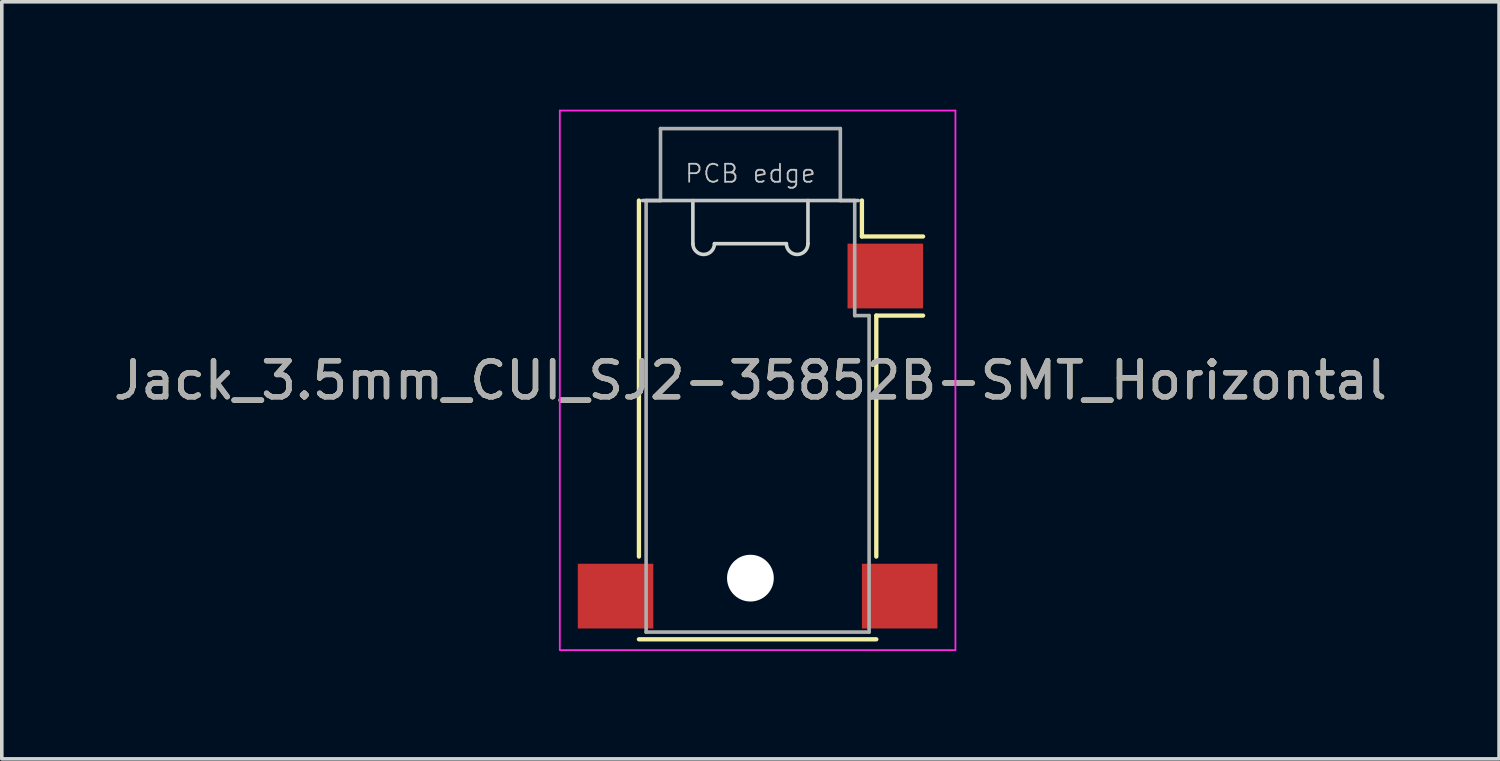
<source format=kicad_pcb>
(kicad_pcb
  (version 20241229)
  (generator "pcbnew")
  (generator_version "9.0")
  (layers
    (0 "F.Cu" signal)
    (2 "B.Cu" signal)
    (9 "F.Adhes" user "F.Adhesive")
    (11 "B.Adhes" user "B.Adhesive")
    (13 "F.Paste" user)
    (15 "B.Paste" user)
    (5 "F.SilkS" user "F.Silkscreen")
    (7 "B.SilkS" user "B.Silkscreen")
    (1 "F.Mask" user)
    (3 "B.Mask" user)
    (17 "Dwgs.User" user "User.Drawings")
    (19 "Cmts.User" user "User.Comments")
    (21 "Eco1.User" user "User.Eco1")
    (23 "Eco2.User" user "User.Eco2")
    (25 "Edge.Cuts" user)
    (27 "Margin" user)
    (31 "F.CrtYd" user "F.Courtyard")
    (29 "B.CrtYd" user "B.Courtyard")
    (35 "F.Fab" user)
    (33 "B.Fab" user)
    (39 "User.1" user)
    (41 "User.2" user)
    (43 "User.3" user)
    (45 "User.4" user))
  (footprint "Jack_3.5mm_CUI_SJ2-35852B-SMT_Horizontal"
    (layer "F.Cu")
    (at 17.815 7.525)
    (property "Reference" "Jack_3.5mm_CUI_SJ2-35852B-SMT_Horizontal" (at 0 0 0) (layer "F.SilkS") (effects (font (size 1 1) (thickness 0.15))))
    (attr smd)
    (fp_line (start -3.1 4.9) (end -3.1 -5) (stroke (width 0.12) (type solid)) (layer "F.SilkS"))
    (fp_line (start 3.1 -5) (end 3.1 -4) (stroke (width 0.12) (type solid)) (layer "F.SilkS"))
    (fp_line (start 3.5 -1.8) (end 3.5 4.9) (stroke (width 0.12) (type solid)) (layer "F.SilkS"))
    (fp_line (start 3.5 7.2) (end -3.1 7.2) (stroke (width 0.12) (type solid)) (layer "F.SilkS"))
    (fp_line (start 4.8 -4) (end 3.1 -4) (stroke (width 0.12) (type solid)) (layer "F.SilkS"))
    (fp_line (start 4.8 -1.8) (end 3.5 -1.8) (stroke (width 0.12) (type solid)) (layer "F.SilkS"))
    (fp_line (start -3 -5) (end 3 -5) (stroke (width 0.1) (type solid)) (layer "Dwgs.User"))
    (fp_line (start -1.6 -5) (end -1.6 -3.8) (stroke (width 0.1) (type solid)) (layer "Edge.Cuts"))
    (fp_line (start -1 -3.8) (end 1 -3.8) (stroke (width 0.1) (type solid)) (layer "Edge.Cuts"))
    (fp_line (start 1.6 -3.8) (end 1.6 -5) (stroke (width 0.1) (type solid)) (layer "Edge.Cuts"))
    (fp_arc (start -1 -3.8) (mid -1.3 -3.5) (end -1.6 -3.8) (stroke (width 0.1) (type solid)) (layer "Edge.Cuts"))
    (fp_arc (start 1.6 -3.8) (mid 1.3 -3.5) (end 1 -3.8) (stroke (width 0.1) (type solid)) (layer "Edge.Cuts"))
    (fp_line (start -5.3 -7.5) (end 5.7 -7.5) (stroke (width 0.05) (type solid)) (layer "F.CrtYd"))
    (fp_line (start -5.3 7.5) (end -5.3 -7.5) (stroke (width 0.05) (type solid)) (layer "F.CrtYd"))
    (fp_line (start 5.7 -7.5) (end 5.7 7.5) (stroke (width 0.05) (type solid)) (layer "F.CrtYd"))
    (fp_line (start 5.7 7.5) (end -5.3 7.5) (stroke (width 0.05) (type solid)) (layer "F.CrtYd"))
    (fp_line (start -2.9 -5) (end -2.5 -5) (stroke (width 0.1) (type solid)) (layer "F.Fab"))
    (fp_line (start -2.9 7) (end -2.9 -5) (stroke (width 0.1) (type solid)) (layer "F.Fab"))
    (fp_line (start -2.5 -7) (end 2.5 -7) (stroke (width 0.1) (type solid)) (layer "F.Fab"))
    (fp_line (start -2.5 -5) (end -2.5 -7) (stroke (width 0.1) (type solid)) (layer "F.Fab"))
    (fp_line (start 2.5 -7) (end 2.5 -5) (stroke (width 0.1) (type solid)) (layer "F.Fab"))
    (fp_line (start 2.5 -5) (end 2.9 -5) (stroke (width 0.1) (type solid)) (layer "F.Fab"))
    (fp_line (start 2.9 -5) (end 2.9 -1.8) (stroke (width 0.1) (type solid)) (layer "F.Fab"))
    (fp_line (start 2.9 -1.8) (end 3.3 -1.8) (stroke (width 0.1) (type solid)) (layer "F.Fab"))
    (fp_line (start 3.3 -1.8) (end 3.3 7) (stroke (width 0.1) (type solid)) (layer "F.Fab"))
    (fp_line (start 3.3 7) (end -2.9 7) (stroke (width 0.1) (type solid)) (layer "F.Fab"))
    (fp_text user "PCB edge" (at 0 -5.75 0) (layer "Dwgs.User") (effects (font (size 0.5 0.5) (thickness 0.05))))
    (fp_text user "${REFERENCE}" (at 0 0 0) (layer "F.Fab") (effects (font (size 1 1) (thickness 0.15))))
    (pad "" np_thru_hole circle (at 0 5.5) (size 1.3 1.3) (drill 1.3) (layers "*.Cu" "*.Mask"))
    (pad "S" smd rect (at 3.75 -2.9) (size 2.1 1.8) (layers "F.Cu" "F.Mask" "F.Paste"))
    (pad "T" smd rect (at 4.15 6) (size 2.1 1.8) (layers "F.Cu" "F.Mask" "F.Paste"))
    (pad "TN" smd rect (at -3.75 6) (size 2.1 1.8) (layers "F.Cu" "F.Mask" "F.Paste")))
  (gr_rect
    (start -3 -3)
    (end 38.631 18.05)
    (stroke (width 0.1) (type default))
    (fill no)
    (layer "Edge.Cuts")))
</source>
